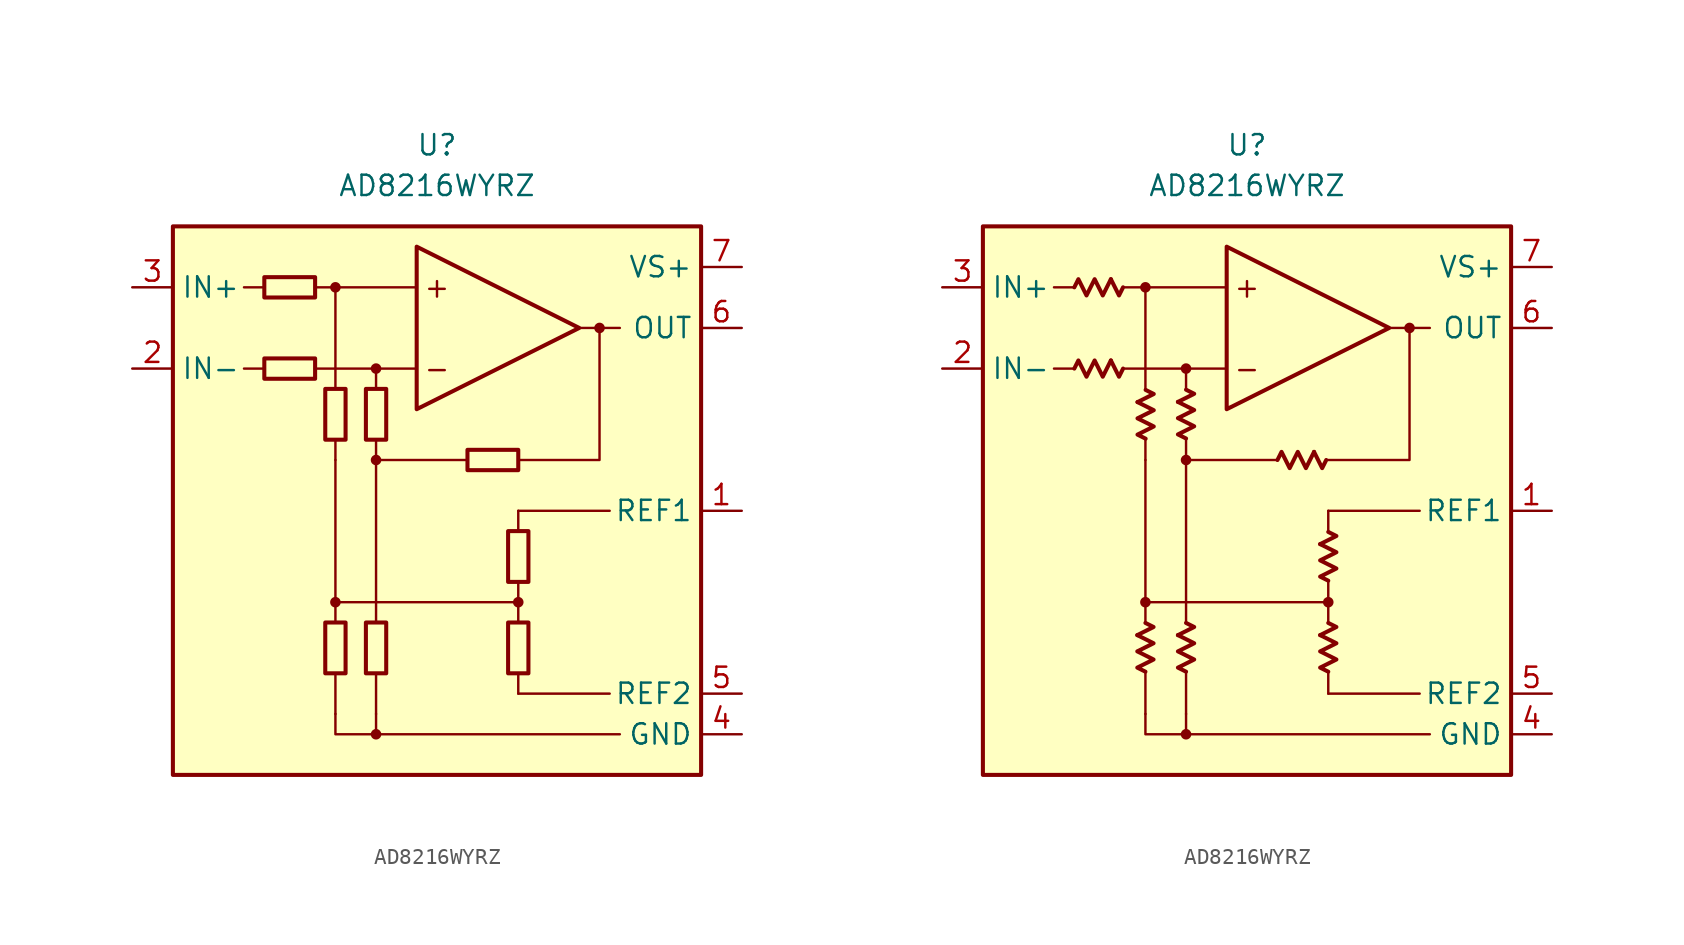
<source format=kicad_sym>
(kicad_symbol_lib
  (version 20231120)
  (generator "kicad_symbol_editor")
  (generator_version "8.0")
  (symbol "AD8216WYRZ"
    (property "Reference" "U"
      (at 0 22.86 0)
      (effects (font (size 1.27 1.27))))
    (property "Value" "AD8216WYRZ"
      (at 0 20.32 0)
      (effects (font (size 1.27 1.27))))
    (symbol "AD8216WYRZ_0_0"
      (rectangle (start -16.51 17.78) (end 16.51 -16.51) (stroke (width 0.254) (type default)) (fill (type background)))
      (circle (center -6.35 -5.715) (radius 0.254) (stroke (width 0.152) (type default)) (fill (type outline)))
      (circle (center -6.35 13.97) (radius 0.254) (stroke (width 0.152) (type default)) (fill (type outline)))
      (circle (center -3.81 -13.97) (radius 0.254) (stroke (width 0.152) (type default)) (fill (type outline)))
      (circle (center -3.81 3.175) (radius 0.254) (stroke (width 0.152) (type default)) (fill (type outline)))
      (circle (center -3.81 8.89) (radius 0.254) (stroke (width 0.152) (type default)) (fill (type outline)))
      (polyline (pts (xy -10.795 8.89) (xy -12.065 8.89)) (stroke (width 0.152) (type default)) (fill (type none)))
      (polyline (pts (xy -10.795 13.97) (xy -12.065 13.97)) (stroke (width 0.152) (type default)) (fill (type none)))
      (polyline (pts (xy -6.35 -10.16) (xy -6.35 -12.7)) (stroke (width 0.152) (type default)) (fill (type none)))
      (polyline (pts (xy -6.35 -5.715) (xy 5.08 -5.715)) (stroke (width 0.152) (type default)) (fill (type none)))
      (polyline (pts (xy -6.35 3.175) (xy -6.35 -6.985)) (stroke (width 0.152) (type default)) (fill (type none)))
      (polyline (pts (xy -6.35 4.445) (xy -6.35 3.175)) (stroke (width 0.152) (type default)) (fill (type none)))
      (polyline (pts (xy -6.35 13.97) (xy -6.35 7.62)) (stroke (width 0.152) (type default)) (fill (type none)))
      (polyline (pts (xy -3.81 -13.97) (xy 11.43 -13.97)) (stroke (width 0.152) (type default)) (fill (type none)))
      (polyline (pts (xy -3.81 -10.16) (xy -3.81 -12.7)) (stroke (width 0.152) (type default)) (fill (type none)))
      (polyline (pts (xy -3.81 -6.985) (xy -3.81 3.175)) (stroke (width 0.152) (type default)) (fill (type none)))
      (polyline (pts (xy -3.81 3.175) (xy 1.905 3.175)) (stroke (width 0.152) (type default)) (fill (type none)))
      (polyline (pts (xy -3.81 4.445) (xy -3.81 3.175)) (stroke (width 0.152) (type default)) (fill (type none)))
      (polyline (pts (xy -3.81 7.62) (xy -3.81 8.89)) (stroke (width 0.152) (type default)) (fill (type none)))
      (polyline (pts (xy -1.27 8.89) (xy -7.62 8.89)) (stroke (width 0.152) (type default)) (fill (type none)))
      (polyline (pts (xy -1.27 13.97) (xy -7.62 13.97)) (stroke (width 0.152) (type default)) (fill (type none)))
      (polyline (pts (xy 5.08 -11.43) (xy 10.795 -11.43)) (stroke (width 0.152) (type default)) (fill (type none)))
      (polyline (pts (xy 5.08 -10.16) (xy 5.08 -11.43)) (stroke (width 0.152) (type default)) (fill (type none)))
      (polyline (pts (xy 5.08 -4.445) (xy 5.08 -6.985)) (stroke (width 0.152) (type default)) (fill (type none)))
      (polyline (pts (xy 5.08 -1.27) (xy 5.08 0)) (stroke (width 0.152) (type default)) (fill (type none)))
      (polyline (pts (xy 5.08 0) (xy 10.795 0)) (stroke (width 0.152) (type default)) (fill (type none)))
      (polyline (pts (xy 10.16 11.43) (xy 8.89 11.43)) (stroke (width 0.152) (type default)) (fill (type none)))
      (polyline (pts (xy 10.16 11.43) (xy 11.43 11.43)) (stroke (width 0.152) (type default)) (fill (type none)))
      (polyline (pts (xy 5.08 3.175) (xy 10.16 3.175) (xy 10.16 11.43)) (stroke (width 0.152) (type default)) (fill (type none)))
      (polyline (pts (xy -6.35 -12.7) (xy -6.35 -13.97) (xy -3.81 -13.97) (xy -3.81 -12.7)) (stroke (width 0.152) (type default)) (fill (type none)))
      (polyline (pts (xy -1.27 16.51) (xy -1.27 6.35) (xy 8.89 11.43) (xy -1.27 16.51)) (stroke (width 0.254) (type default)) (fill (type none)))
      (circle (center 5.08 -5.715) (radius 0.254) (stroke (width 0.152) (type default)) (fill (type outline)))
      (circle (center 10.16 11.43) (radius 0.254) (stroke (width 0.152) (type default)) (fill (type outline)))
      (text "+" (at 0 13.97 0) (effects (font (size 1.27 1.27))))
      (text "-" (at 0 8.89 0) (effects (font (size 1.27 1.27)))))
    (symbol "AD8216WYRZ_0_1"
      (rectangle (start -10.795 9.525) (end -7.62 8.255) (stroke (width 0.254) (type default)) (fill (type none)))
      (rectangle (start -10.795 14.605) (end -7.62 13.335) (stroke (width 0.254) (type default)) (fill (type none)))
      (rectangle (start -6.985 -10.16) (end -5.715 -6.985) (stroke (width 0.254) (type default)) (fill (type none)))
      (rectangle (start -6.985 4.445) (end -5.715 7.62) (stroke (width 0.254) (type default)) (fill (type none)))
      (rectangle (start -4.445 -10.16) (end -3.175 -6.985) (stroke (width 0.254) (type default)) (fill (type none)))
      (rectangle (start -4.445 4.445) (end -3.175 7.62) (stroke (width 0.254) (type default)) (fill (type none)))
      (rectangle (start 4.445 -10.16) (end 5.715 -6.985) (stroke (width 0.254) (type default)) (fill (type none)))
      (rectangle (start 4.445 -4.445) (end 5.715 -1.27) (stroke (width 0.254) (type default)) (fill (type none)))
      (rectangle (start 5.08 2.54) (end 1.905 3.81) (stroke (width 0.254) (type default)) (fill (type none))))
    (symbol "AD8216WYRZ_0_2"
      (polyline (pts (xy -8.509 9.398) (xy -8.001 8.382) (xy -7.747 8.89)) (stroke (width 0.254) (type default)) (fill (type none)))
      (polyline (pts (xy -8.509 14.478) (xy -8.001 13.462) (xy -7.747 13.97)) (stroke (width 0.254) (type default)) (fill (type none)))
      (polyline (pts (xy -6.858 -7.772) (xy -5.842 -7.264) (xy -6.35 -7.01)) (stroke (width 0.254) (type default)) (fill (type none)))
      (polyline (pts (xy -6.845 6.795) (xy -5.829 7.303) (xy -6.337 7.556)) (stroke (width 0.254) (type default)) (fill (type none)))
      (polyline (pts (xy -4.318 -7.772) (xy -3.302 -7.264) (xy -3.81 -7.01)) (stroke (width 0.254) (type default)) (fill (type none)))
      (polyline (pts (xy -4.318 6.807) (xy -3.302 7.315) (xy -3.81 7.569)) (stroke (width 0.254) (type default)) (fill (type none)))
      (polyline (pts (xy 4.191 3.683) (xy 4.699 2.667) (xy 4.953 3.175)) (stroke (width 0.254) (type default)) (fill (type none)))
      (polyline (pts (xy 4.572 -7.772) (xy 5.588 -7.264) (xy 5.08 -7.01)) (stroke (width 0.254) (type default)) (fill (type none)))
      (polyline (pts (xy 4.572 -2.083) (xy 5.588 -1.575) (xy 5.08 -1.321)) (stroke (width 0.254) (type default)) (fill (type none)))
      (polyline (pts (xy -10.795 8.89) (xy -10.541 9.398) (xy -10.033 8.382) (xy -9.525 9.398) (xy -9.017 8.382) (xy -8.509 9.398)) (stroke (width 0.254) (type default)) (fill (type none)))
      (polyline (pts (xy -10.795 13.97) (xy -10.541 14.478) (xy -10.033 13.462) (xy -9.525 14.478) (xy -9.017 13.462) (xy -8.509 14.478)) (stroke (width 0.254) (type default)) (fill (type none)))
      (polyline (pts (xy -6.35 -10.058) (xy -6.858 -9.804) (xy -5.842 -9.296) (xy -6.858 -8.788) (xy -5.842 -8.28) (xy -6.858 -7.772)) (stroke (width 0.254) (type default)) (fill (type none)))
      (polyline (pts (xy -6.337 4.508) (xy -6.845 4.763) (xy -5.829 5.271) (xy -6.845 5.779) (xy -5.829 6.287) (xy -6.845 6.795)) (stroke (width 0.254) (type default)) (fill (type none)))
      (polyline (pts (xy -3.81 -10.058) (xy -4.318 -9.804) (xy -3.302 -9.296) (xy -4.318 -8.788) (xy -3.302 -8.28) (xy -4.318 -7.772)) (stroke (width 0.254) (type default)) (fill (type none)))
      (polyline (pts (xy -3.81 4.521) (xy -4.318 4.775) (xy -3.302 5.283) (xy -4.318 5.791) (xy -3.302 6.299) (xy -4.318 6.807)) (stroke (width 0.254) (type default)) (fill (type none)))
      (polyline (pts (xy 1.905 3.175) (xy 2.159 3.683) (xy 2.667 2.667) (xy 3.175 3.683) (xy 3.683 2.667) (xy 4.191 3.683)) (stroke (width 0.254) (type default)) (fill (type none)))
      (polyline (pts (xy 5.08 -10.058) (xy 4.572 -9.804) (xy 5.588 -9.296) (xy 4.572 -8.788) (xy 5.588 -8.28) (xy 4.572 -7.772)) (stroke (width 0.254) (type default)) (fill (type none)))
      (polyline (pts (xy 5.08 -4.369) (xy 4.572 -4.115) (xy 5.588 -3.607) (xy 4.572 -3.099) (xy 5.588 -2.591) (xy 4.572 -2.083)) (stroke (width 0.254) (type default)) (fill (type none))))
    (symbol "AD8216WYRZ_1_1"
      (pin input line (at 19.05 0 180) (length 2.54) (name "REF1" (effects (font (size 1.27 1.27)))) (number "1" (effects (font (size 1.27 1.27)))))
      (pin input line (at -19.05 8.89 0) (length 2.54) (name "IN-" (effects (font (size 1.27 1.27)))) (number "2" (effects (font (size 1.27 1.27)))))
      (pin input line (at -19.05 13.97 0) (length 2.54) (name "IN+" (effects (font (size 1.27 1.27)))) (number "3" (effects (font (size 1.27 1.27)))))
      (pin power_in line (at 19.05 -13.97 180) (length 2.54) (name "GND" (effects (font (size 1.27 1.27)))) (number "4" (effects (font (size 1.27 1.27)))))
      (pin input line (at 19.05 -11.43 180) (length 2.54) (name "REF2" (effects (font (size 1.27 1.27)))) (number "5" (effects (font (size 1.27 1.27)))))
      (pin output line (at 19.05 11.43 180) (length 2.54) (name "OUT" (effects (font (size 1.27 1.27)))) (number "6" (effects (font (size 1.27 1.27)))))
      (pin power_in line (at 19.05 15.24 180) (length 2.54) (name "VS+" (effects (font (size 1.27 1.27)))) (number "7" (effects (font (size 1.27 1.27)))))
      (pin free line (at 0 -10.16 0) (length 2.54) hide (name "NC" (effects (font (size 1.27 1.27)))) (number "8" (effects (font (size 1.27 1.27))))))
    (symbol "AD8216WYRZ_1_2"
      (pin input line (at 19.05 0 180) (length 2.54) (name "REF1" (effects (font (size 1.27 1.27)))) (number "1" (effects (font (size 1.27 1.27)))))
      (pin input line (at -19.05 8.89 0) (length 2.54) (name "IN-" (effects (font (size 1.27 1.27)))) (number "2" (effects (font (size 1.27 1.27)))))
      (pin input line (at -19.05 13.97 0) (length 2.54) (name "IN+" (effects (font (size 1.27 1.27)))) (number "3" (effects (font (size 1.27 1.27)))))
      (pin power_in line (at 19.05 -13.97 180) (length 2.54) (name "GND" (effects (font (size 1.27 1.27)))) (number "4" (effects (font (size 1.27 1.27)))))
      (pin input line (at 19.05 -11.43 180) (length 2.54) (name "REF2" (effects (font (size 1.27 1.27)))) (number "5" (effects (font (size 1.27 1.27)))))
      (pin output line (at 19.05 11.43 180) (length 2.54) (name "OUT" (effects (font (size 1.27 1.27)))) (number "6" (effects (font (size 1.27 1.27)))))
      (pin power_in line (at 19.05 15.24 180) (length 2.54) (name "VS+" (effects (font (size 1.27 1.27)))) (number "7" (effects (font (size 1.27 1.27)))))
      (pin free line (at 0 -10.16 0) (length 2.54) hide (name "NC" (effects (font (size 1.27 1.27)))) (number "8" (effects (font (size 1.27 1.27))))))))
</source>
